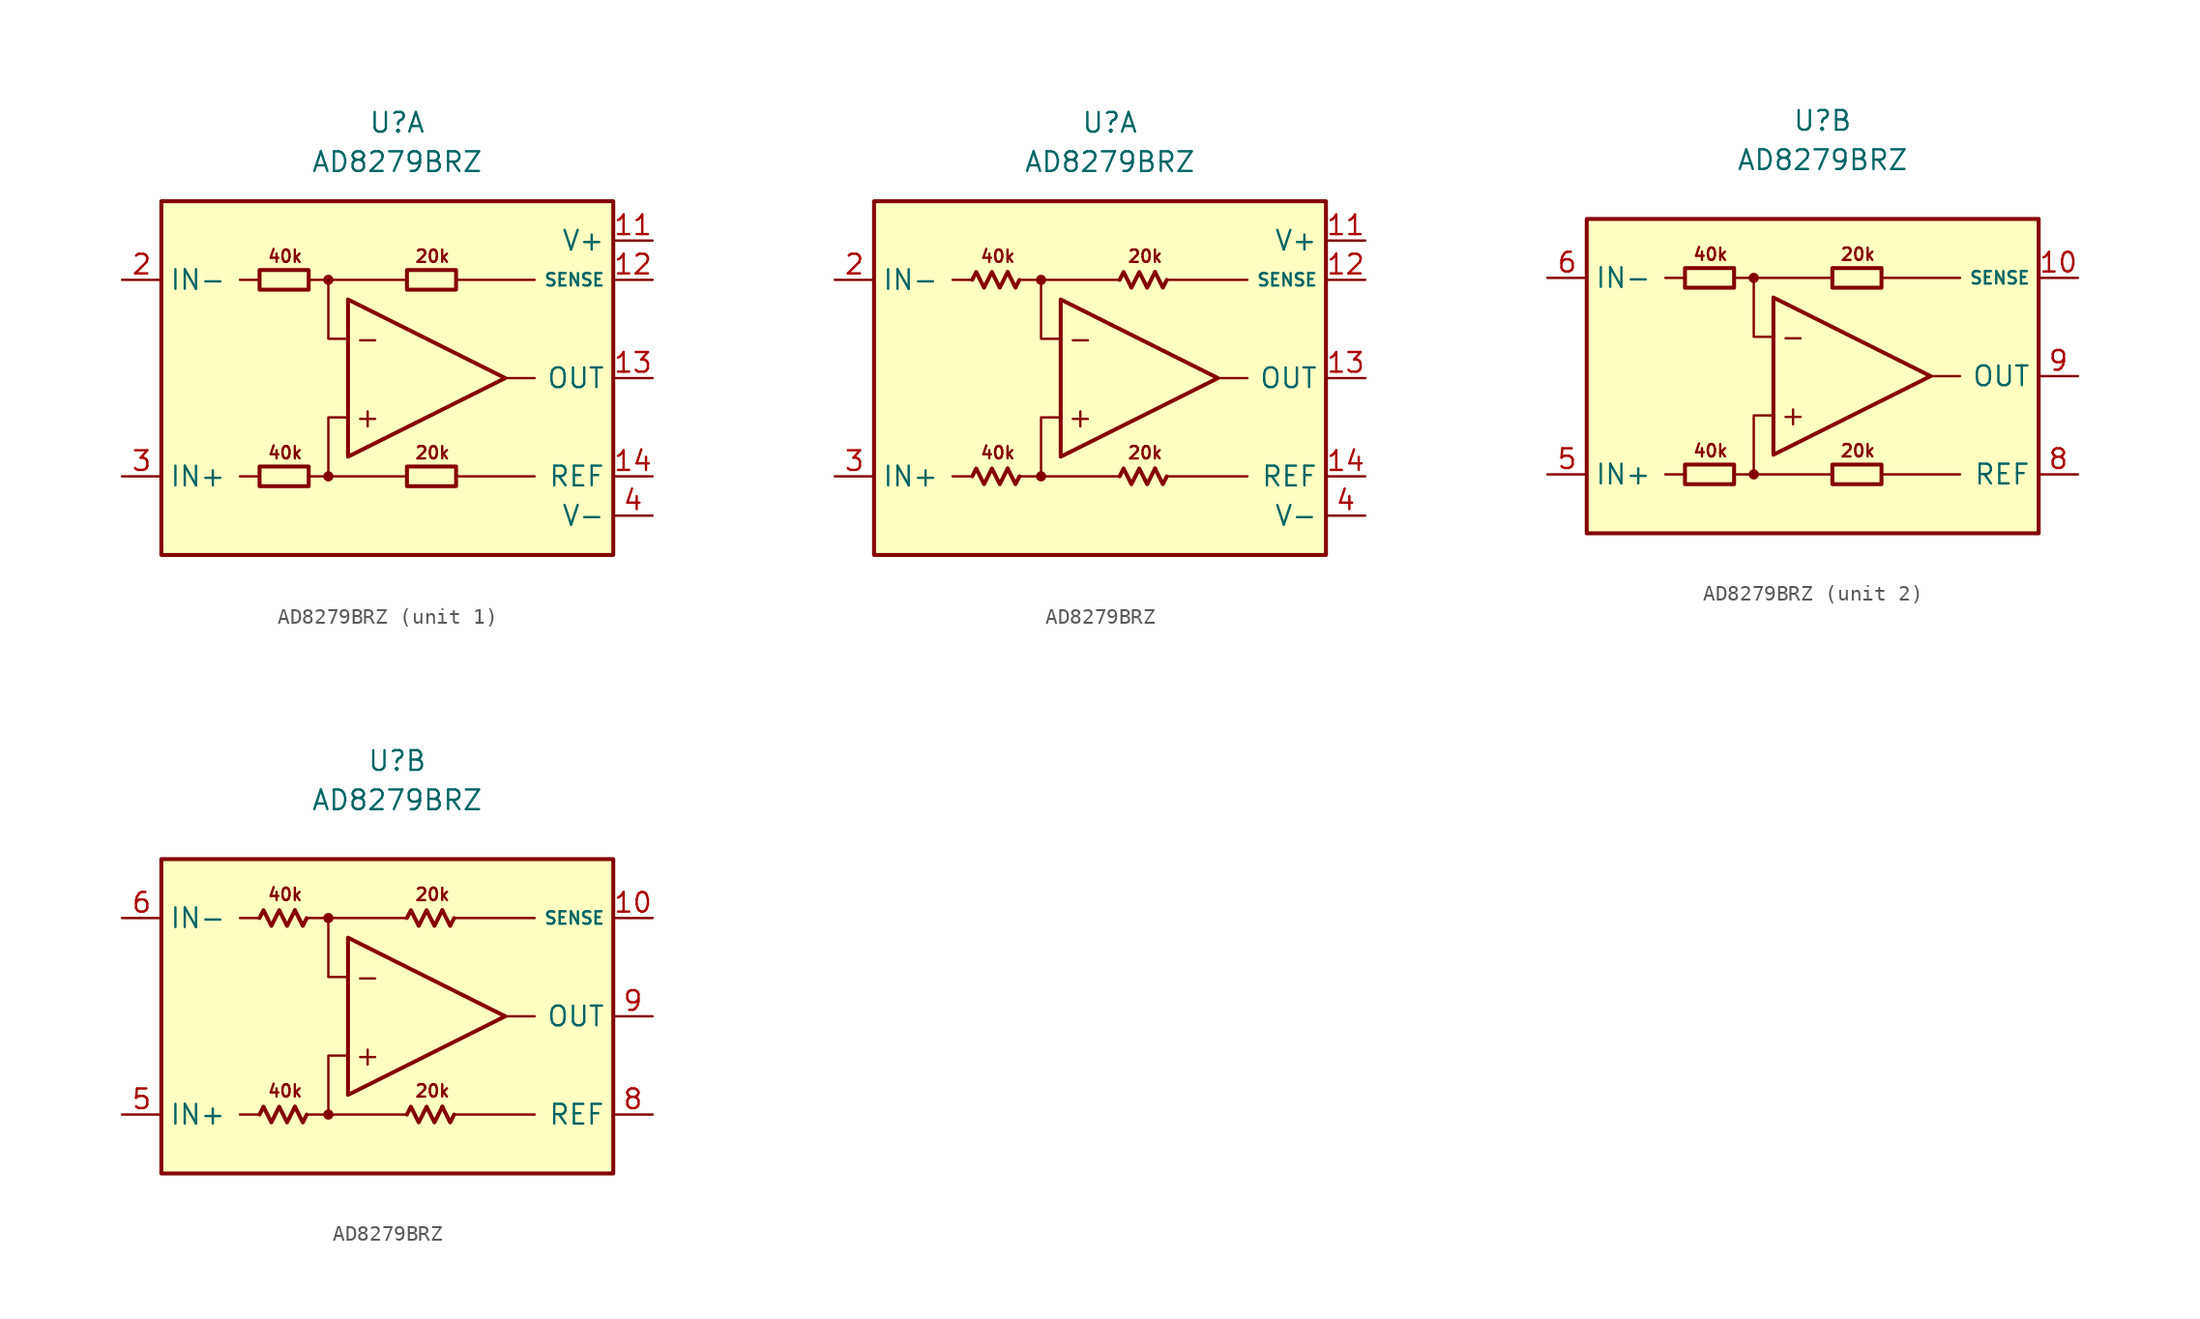
<source format=kicad_sym>
(kicad_symbol_lib
  (version 20231120)
  (generator "kicad_symbol_editor")
  (generator_version "8.0")
  (symbol "AD8279BRZ"
    (property "Reference" "U"
      (at 0 16.51 0)
      (effects (font (size 1.27 1.27))))
    (property "Value" "AD8279BRZ"
      (at 0 13.97 0)
      (effects (font (size 1.27 1.27))))
    (property "ki_locked" ""
      (at 0 0 0)
      (effects (font (size 1.27 1.27))))
    (symbol "AD8279BRZ_0_0"
      (circle (center -4.445 -6.35) (radius 0.254) (stroke (width 0.152) (type default)) (fill (type outline)))
      (circle (center -4.445 6.35) (radius 0.254) (stroke (width 0.152) (type default)) (fill (type outline)))
      (polyline (pts (xy -8.89 -6.35) (xy -10.16 -6.35)) (stroke (width 0.152) (type default)) (fill (type none)))
      (polyline (pts (xy -8.89 6.35) (xy -10.16 6.35)) (stroke (width 0.152) (type default)) (fill (type none)))
      (polyline (pts (xy -4.445 6.35) (xy 0.635 6.35)) (stroke (width 0.152) (type default)) (fill (type none)))
      (polyline (pts (xy 0.635 -6.35) (xy -4.445 -6.35)) (stroke (width 0.152) (type default)) (fill (type none)))
      (polyline (pts (xy 3.81 -6.35) (xy 8.89 -6.35)) (stroke (width 0.152) (type default)) (fill (type none)))
      (polyline (pts (xy 3.81 6.35) (xy 8.89 6.35)) (stroke (width 0.152) (type default)) (fill (type none)))
      (polyline (pts (xy 6.985 0) (xy 8.89 0)) (stroke (width 0.152) (type default)) (fill (type none)))
      (polyline (pts (xy -5.715 -6.35) (xy -4.445 -6.35) (xy -4.445 -2.54) (xy -3.175 -2.54)) (stroke (width 0.152) (type default)) (fill (type none)))
      (polyline (pts (xy -3.175 2.54) (xy -4.445 2.54) (xy -4.445 6.35) (xy -5.715 6.35)) (stroke (width 0.152) (type default)) (fill (type none)))
      (polyline (pts (xy -3.175 5.08) (xy -3.175 -5.08) (xy 6.985 0) (xy -3.175 5.08)) (stroke (width 0.254) (type default)) (fill (type none)))
      (text "+" (at -1.905 -2.54 0) (effects (font (size 1.27 1.27))))
      (text "-" (at -1.905 2.54 0) (effects (font (size 1.27 1.27))))
      (text "20k" (at 2.286 -4.826 0) (effects (font (size 0.8 0.8))))
      (text "20k" (at 2.286 7.874 0) (effects (font (size 0.8 0.8))))
      (text "40k" (at -7.239 -4.826 0) (effects (font (size 0.8 0.8))))
      (text "40k" (at -7.239 7.874 0) (effects (font (size 0.8 0.8)))))
    (symbol "AD8279BRZ_0_1"
      (rectangle (start -8.89 -5.715) (end -5.715 -6.985) (stroke (width 0.254) (type default)) (fill (type none)))
      (rectangle (start -8.89 6.985) (end -5.715 5.715) (stroke (width 0.254) (type default)) (fill (type none)))
      (rectangle (start 0.635 -5.715) (end 3.81 -6.985) (stroke (width 0.254) (type default)) (fill (type none)))
      (rectangle (start 0.635 6.985) (end 3.81 5.715) (stroke (width 0.254) (type default)) (fill (type none))))
    (symbol "AD8279BRZ_0_2"
      (polyline (pts (xy -6.604 -5.842) (xy -6.096 -6.858) (xy -5.842 -6.35)) (stroke (width 0.254) (type default)) (fill (type none)))
      (polyline (pts (xy -6.604 6.858) (xy -6.096 5.842) (xy -5.842 6.35)) (stroke (width 0.254) (type default)) (fill (type none)))
      (polyline (pts (xy 2.921 -5.842) (xy 3.429 -6.858) (xy 3.683 -6.35)) (stroke (width 0.254) (type default)) (fill (type none)))
      (polyline (pts (xy 2.921 6.858) (xy 3.429 5.842) (xy 3.683 6.35)) (stroke (width 0.254) (type default)) (fill (type none)))
      (polyline (pts (xy -8.89 -6.35) (xy -8.636 -5.842) (xy -8.128 -6.858) (xy -7.62 -5.842) (xy -7.112 -6.858) (xy -6.604 -5.842)) (stroke (width 0.254) (type default)) (fill (type none)))
      (polyline (pts (xy -8.89 6.35) (xy -8.636 6.858) (xy -8.128 5.842) (xy -7.62 6.858) (xy -7.112 5.842) (xy -6.604 6.858)) (stroke (width 0.254) (type default)) (fill (type none)))
      (polyline (pts (xy 0.635 -6.35) (xy 0.889 -5.842) (xy 1.397 -6.858) (xy 1.905 -5.842) (xy 2.413 -6.858) (xy 2.921 -5.842)) (stroke (width 0.254) (type default)) (fill (type none)))
      (polyline (pts (xy 0.635 6.35) (xy 0.889 6.858) (xy 1.397 5.842) (xy 1.905 6.858) (xy 2.413 5.842) (xy 2.921 6.858)) (stroke (width 0.254) (type default)) (fill (type none))))
    (symbol "AD8279BRZ_1_0"
      (rectangle (start -15.24 11.43) (end 13.97 -11.43) (stroke (width 0.254) (type default)) (fill (type background))))
    (symbol "AD8279BRZ_1_1"
      (pin free line (at -10.16 1.27 0) (length 2.54) hide (name "NC" (effects (font (size 1.27 1.27)))) (number "1" (effects (font (size 1.27 1.27)))))
      (pin power_in line (at 16.51 8.89 180) (length 2.54) (name "V+" (effects (font (size 1.27 1.27)))) (number "11" (effects (font (size 1.27 1.27)))))
      (pin input line (at 16.51 6.35 180) (length 2.54) (name "SENSE" (effects (font (size 0.8 0.8)))) (number "12" (effects (font (size 1.27 1.27)))))
      (pin output line (at 16.51 0 180) (length 2.54) (name "OUT" (effects (font (size 1.27 1.27)))) (number "13" (effects (font (size 1.27 1.27)))))
      (pin input line (at 16.51 -6.35 180) (length 2.54) (name "REF" (effects (font (size 1.27 1.27)))) (number "14" (effects (font (size 1.27 1.27)))))
      (pin input line (at -17.78 6.35 0) (length 2.54) (name "IN-" (effects (font (size 1.27 1.27)))) (number "2" (effects (font (size 1.27 1.27)))))
      (pin input line (at -17.78 -6.35 0) (length 2.54) (name "IN+" (effects (font (size 1.27 1.27)))) (number "3" (effects (font (size 1.27 1.27)))))
      (pin power_in line (at 16.51 -8.89 180) (length 2.54) (name "V-" (effects (font (size 1.27 1.27)))) (number "4" (effects (font (size 1.27 1.27)))))
      (pin free line (at -10.16 -1.27 0) (length 2.54) hide (name "NC" (effects (font (size 1.27 1.27)))) (number "7" (effects (font (size 1.27 1.27))))))
    (symbol "AD8279BRZ_1_2"
      (pin free line (at -10.16 1.27 0) (length 2.54) hide (name "NC" (effects (font (size 1.27 1.27)))) (number "1" (effects (font (size 1.27 1.27)))))
      (pin power_in line (at 16.51 8.89 180) (length 2.54) (name "V+" (effects (font (size 1.27 1.27)))) (number "11" (effects (font (size 1.27 1.27)))))
      (pin input line (at 16.51 6.35 180) (length 2.54) (name "SENSE" (effects (font (size 0.8 0.8)))) (number "12" (effects (font (size 1.27 1.27)))))
      (pin output line (at 16.51 0 180) (length 2.54) (name "OUT" (effects (font (size 1.27 1.27)))) (number "13" (effects (font (size 1.27 1.27)))))
      (pin input line (at 16.51 -6.35 180) (length 2.54) (name "REF" (effects (font (size 1.27 1.27)))) (number "14" (effects (font (size 1.27 1.27)))))
      (pin input line (at -17.78 6.35 0) (length 2.54) (name "IN-" (effects (font (size 1.27 1.27)))) (number "2" (effects (font (size 1.27 1.27)))))
      (pin input line (at -17.78 -6.35 0) (length 2.54) (name "IN+" (effects (font (size 1.27 1.27)))) (number "3" (effects (font (size 1.27 1.27)))))
      (pin power_in line (at 16.51 -8.89 180) (length 2.54) (name "V-" (effects (font (size 1.27 1.27)))) (number "4" (effects (font (size 1.27 1.27)))))
      (pin free line (at -10.16 -1.27 0) (length 2.54) hide (name "NC" (effects (font (size 1.27 1.27)))) (number "7" (effects (font (size 1.27 1.27))))))
    (symbol "AD8279BRZ_2_0"
      (rectangle (start -15.24 10.16) (end 13.97 -10.16) (stroke (width 0.254) (type default)) (fill (type background))))
    (symbol "AD8279BRZ_2_1"
      (pin input line (at 16.51 6.35 180) (length 2.54) (name "SENSE" (effects (font (size 0.8 0.8)))) (number "10" (effects (font (size 1.27 1.27)))))
      (pin input line (at -17.78 -6.35 0) (length 2.54) (name "IN+" (effects (font (size 1.27 1.27)))) (number "5" (effects (font (size 1.27 1.27)))))
      (pin input line (at -17.78 6.35 0) (length 2.54) (name "IN-" (effects (font (size 1.27 1.27)))) (number "6" (effects (font (size 1.27 1.27)))))
      (pin input line (at 16.51 -6.35 180) (length 2.54) (name "REF" (effects (font (size 1.27 1.27)))) (number "8" (effects (font (size 1.27 1.27)))))
      (pin output line (at 16.51 0 180) (length 2.54) (name "OUT" (effects (font (size 1.27 1.27)))) (number "9" (effects (font (size 1.27 1.27))))))
    (symbol "AD8279BRZ_2_2"
      (pin input line (at 16.51 6.35 180) (length 2.54) (name "SENSE" (effects (font (size 0.8 0.8)))) (number "10" (effects (font (size 1.27 1.27)))))
      (pin input line (at -17.78 -6.35 0) (length 2.54) (name "IN+" (effects (font (size 1.27 1.27)))) (number "5" (effects (font (size 1.27 1.27)))))
      (pin input line (at -17.78 6.35 0) (length 2.54) (name "IN-" (effects (font (size 1.27 1.27)))) (number "6" (effects (font (size 1.27 1.27)))))
      (pin input line (at 16.51 -6.35 180) (length 2.54) (name "REF" (effects (font (size 1.27 1.27)))) (number "8" (effects (font (size 1.27 1.27)))))
      (pin output line (at 16.51 0 180) (length 2.54) (name "OUT" (effects (font (size 1.27 1.27)))) (number "9" (effects (font (size 1.27 1.27))))))))
</source>
